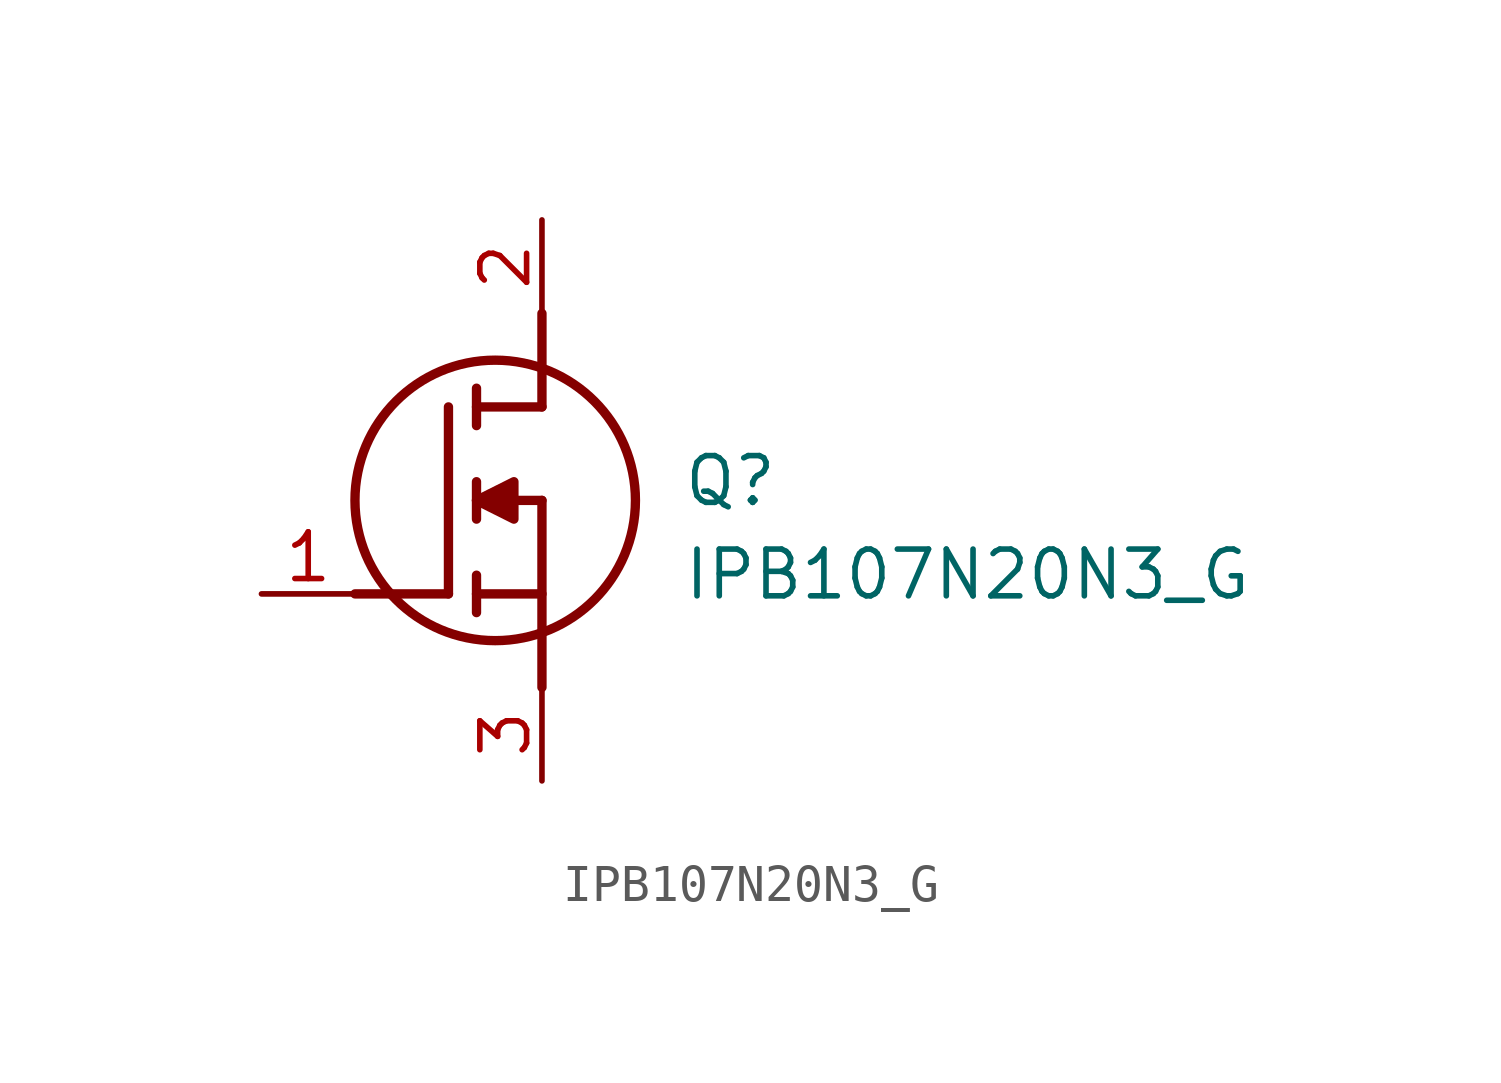
<source format=kicad_sym>
(kicad_symbol_lib
  (version 20220914)
  (generator kicad_symbol_editor)
  (symbol "IPB107N20N3_G"
    (pin_names hide)
    (property "Reference" "Q"
      (at 11.43 3.81 0)
      (effects (font (size 1.27 1.27)) (justify left top)))
    (property "Value" "IPB107N20N3_G"
      (at 11.43 1.27 0)
      (effects (font (size 1.27 1.27)) (justify left top)))
    (symbol "IPB107N20N3_G_1_1"
      (polyline (pts (xy 2.54 0) (xy 5.08 0)) (stroke (width 0.254) (type default)) (fill (type none)))
      (polyline (pts (xy 5.08 5.08) (xy 5.08 0)) (stroke (width 0.254) (type default)) (fill (type none)))
      (polyline (pts (xy 5.842 -0.508) (xy 5.842 0.508)) (stroke (width 0.254) (type default)) (fill (type none)))
      (polyline (pts (xy 5.842 0) (xy 7.62 0)) (stroke (width 0.254) (type default)) (fill (type none)))
      (polyline (pts (xy 5.842 2.032) (xy 5.842 3.048)) (stroke (width 0.254) (type default)) (fill (type none)))
      (polyline (pts (xy 5.842 5.588) (xy 5.842 4.572)) (stroke (width 0.254) (type default)) (fill (type none)))
      (polyline (pts (xy 7.62 2.54) (xy 5.842 2.54)) (stroke (width 0.254) (type default)) (fill (type none)))
      (polyline (pts (xy 7.62 2.54) (xy 7.62 -2.54)) (stroke (width 0.254) (type default)) (fill (type none)))
      (polyline (pts (xy 7.62 5.08) (xy 5.842 5.08)) (stroke (width 0.254) (type default)) (fill (type none)))
      (polyline (pts (xy 7.62 5.08) (xy 7.62 7.62)) (stroke (width 0.254) (type default)) (fill (type none)))
      (polyline (pts (xy 5.842 2.54) (xy 6.858 3.048) (xy 6.858 2.032) (xy 5.842 2.54)) (stroke (width 0.254) (type default)) (fill (type outline)))
      (circle (center 6.35 2.54) (radius 3.81) (stroke (width 0.254) (type default)) (fill (type none)))
      (pin passive line (at 0 0 0) (length 2.54) (name "G" (effects (font (size 1.27 1.27)))) (number "1" (effects (font (size 1.27 1.27)))))
      (pin passive line (at 7.62 10.16 270) (length 2.54) (name "D" (effects (font (size 1.27 1.27)))) (number "2" (effects (font (size 1.27 1.27)))))
      (pin passive line (at 7.62 -5.08 90) (length 2.54) (name "S" (effects (font (size 1.27 1.27)))) (number "3" (effects (font (size 1.27 1.27))))))))
</source>
